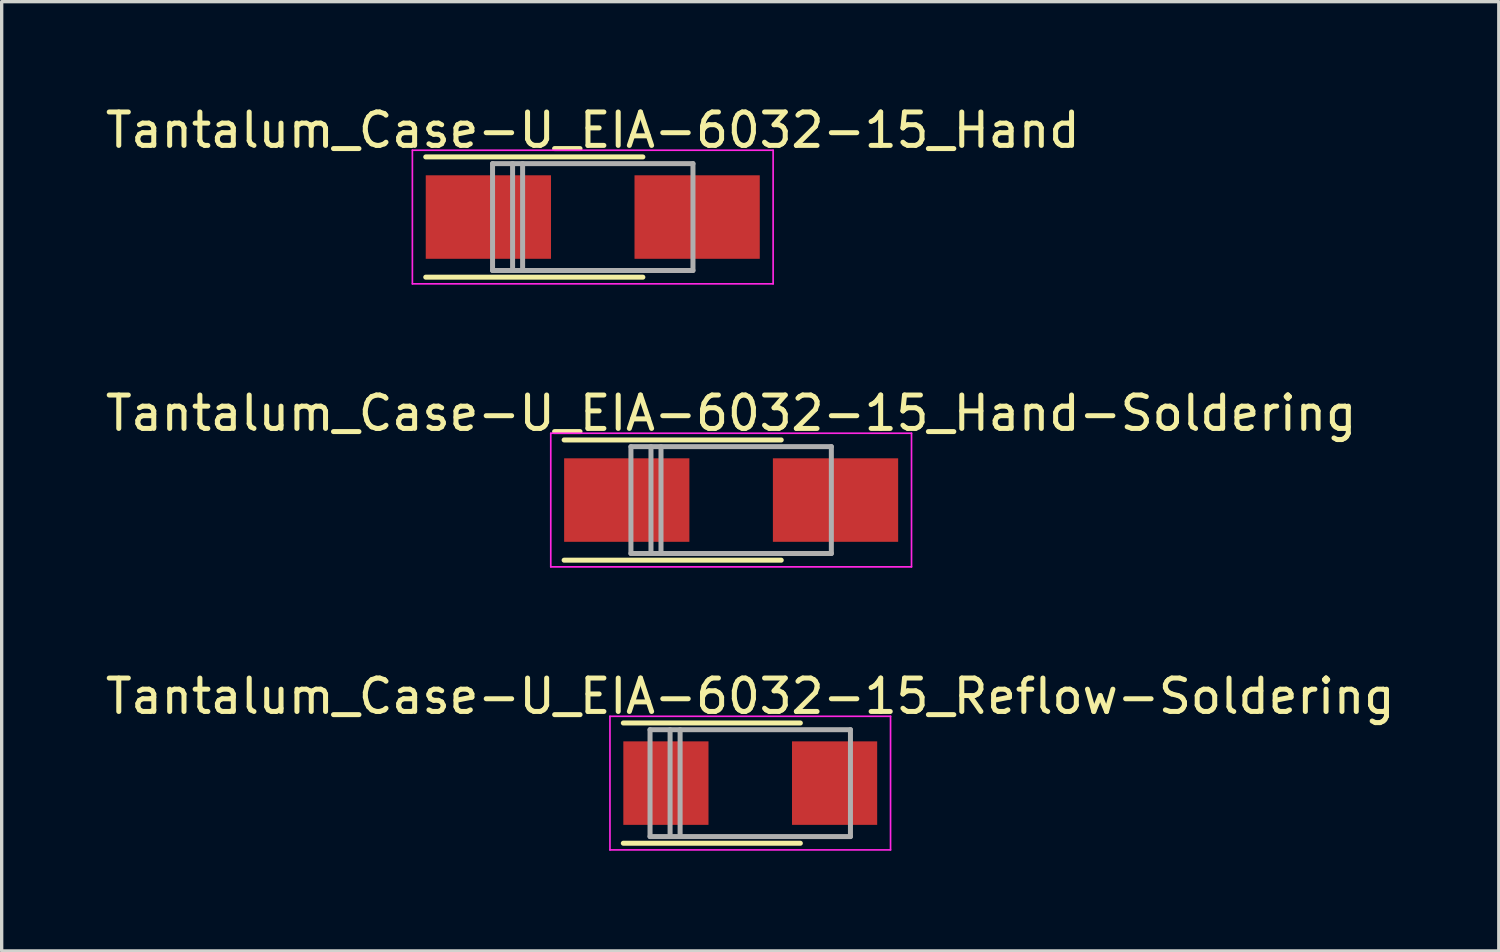
<source format=kicad_pcb>
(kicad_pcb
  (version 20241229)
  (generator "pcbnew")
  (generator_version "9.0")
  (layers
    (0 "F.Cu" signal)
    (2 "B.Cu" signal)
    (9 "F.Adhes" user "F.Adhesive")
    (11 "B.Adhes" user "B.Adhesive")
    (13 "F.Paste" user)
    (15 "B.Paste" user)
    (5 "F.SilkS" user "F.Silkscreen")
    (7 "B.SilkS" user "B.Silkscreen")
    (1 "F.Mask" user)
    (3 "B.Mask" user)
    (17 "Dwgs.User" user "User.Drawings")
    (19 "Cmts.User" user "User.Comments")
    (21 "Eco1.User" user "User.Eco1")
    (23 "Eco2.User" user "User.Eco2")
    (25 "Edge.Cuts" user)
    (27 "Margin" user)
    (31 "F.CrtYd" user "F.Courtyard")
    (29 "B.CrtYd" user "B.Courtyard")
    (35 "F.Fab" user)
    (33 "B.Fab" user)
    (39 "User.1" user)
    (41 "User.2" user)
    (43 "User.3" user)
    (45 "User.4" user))
  (footprint "Tantalum_Case-U_EIA-6032-15_Reflow-Soldering"
    (layer "F.Cu")
    (at 19.411 20.395)
    (property "Reference" "Tantalum_Case-U_EIA-6032-15_Reflow-Soldering" (at 0 -2.6 0) (layer "F.SilkS") (effects (font (size 1 1) (thickness 0.15))))
    (attr smd)
    (fp_line (start 1.5 -1.8) (end -3.8 -1.8) (stroke (width 0.15) (type solid)) (layer "F.SilkS"))
    (fp_line (start 1.5 1.8) (end -3.8 1.8) (stroke (width 0.15) (type solid)) (layer "F.SilkS"))
    (fp_line (start -4.2 -2) (end -4.2 2) (stroke (width 0.05) (type solid)) (layer "F.CrtYd"))
    (fp_line (start -4.2 2) (end 4.2 2) (stroke (width 0.05) (type solid)) (layer "F.CrtYd"))
    (fp_line (start 4.2 -2) (end -4.2 -2) (stroke (width 0.05) (type solid)) (layer "F.CrtYd"))
    (fp_line (start 4.2 2) (end 4.2 -2) (stroke (width 0.05) (type solid)) (layer "F.CrtYd"))
    (fp_line (start -3 -1.6) (end -3 1.6) (stroke (width 0.15) (type solid)) (layer "F.Fab"))
    (fp_line (start -3 1.6) (end 3 1.6) (stroke (width 0.15) (type solid)) (layer "F.Fab"))
    (fp_line (start -2.4 -1.6) (end -2.4 1.6) (stroke (width 0.15) (type solid)) (layer "F.Fab"))
    (fp_line (start -2.1 -1.6) (end -2.1 1.6) (stroke (width 0.15) (type solid)) (layer "F.Fab"))
    (fp_line (start 3 -1.6) (end -3 -1.6) (stroke (width 0.15) (type solid)) (layer "F.Fab"))
    (fp_line (start 3 1.6) (end 3 -1.6) (stroke (width 0.15) (type solid)) (layer "F.Fab"))
    (pad "1" smd rect (at -2.525 0) (size 2.55 2.5) (layers "F.Cu" "F.Mask" "F.Paste"))
    (pad "2" smd rect (at 2.525 0) (size 2.55 2.5) (layers "F.Cu" "F.Mask" "F.Paste")))
  (footprint "Tantalum_Case-U_EIA-6032-15_Hand-Soldering"
    (layer "F.Cu")
    (at 18.839 11.921)
    (property "Reference" "Tantalum_Case-U_EIA-6032-15_Hand-Soldering" (at 0 -2.6 0) (layer "F.SilkS") (effects (font (size 1 1) (thickness 0.15))))
    (attr smd)
    (fp_line (start 1.5 -1.8) (end -5 -1.8) (stroke (width 0.15) (type solid)) (layer "F.SilkS"))
    (fp_line (start 1.5 1.8) (end -5 1.8) (stroke (width 0.15) (type solid)) (layer "F.SilkS"))
    (fp_line (start -5.4 -2) (end -5.4 2) (stroke (width 0.05) (type solid)) (layer "F.CrtYd"))
    (fp_line (start -5.4 2) (end 5.4 2) (stroke (width 0.05) (type solid)) (layer "F.CrtYd"))
    (fp_line (start 5.4 -2) (end -5.4 -2) (stroke (width 0.05) (type solid)) (layer "F.CrtYd"))
    (fp_line (start 5.4 2) (end 5.4 -2) (stroke (width 0.05) (type solid)) (layer "F.CrtYd"))
    (fp_line (start -3 -1.6) (end -3 1.6) (stroke (width 0.15) (type solid)) (layer "F.Fab"))
    (fp_line (start -3 1.6) (end 3 1.6) (stroke (width 0.15) (type solid)) (layer "F.Fab"))
    (fp_line (start -2.4 -1.6) (end -2.4 1.6) (stroke (width 0.15) (type solid)) (layer "F.Fab"))
    (fp_line (start -2.1 -1.6) (end -2.1 1.6) (stroke (width 0.15) (type solid)) (layer "F.Fab"))
    (fp_line (start 3 -1.6) (end -3 -1.6) (stroke (width 0.15) (type solid)) (layer "F.Fab"))
    (fp_line (start 3 1.6) (end 3 -1.6) (stroke (width 0.15) (type solid)) (layer "F.Fab"))
    (pad "1" smd rect (at -3.125 0) (size 3.75 2.5) (layers "F.Cu" "F.Mask" "F.Paste"))
    (pad "2" smd rect (at 3.125 0) (size 3.75 2.5) (layers "F.Cu" "F.Mask" "F.Paste")))
  (footprint "Tantalum_Case-U_EIA-6032-15_Hand"
    (layer "F.Cu")
    (at 14.696 3.448)
    (property "Reference" "Tantalum_Case-U_EIA-6032-15_Hand" (at 0 -2.6 0) (layer "F.SilkS") (effects (font (size 1 1) (thickness 0.15))))
    (attr smd)
    (fp_line (start 1.5 -1.8) (end -5 -1.8) (stroke (width 0.15) (type solid)) (layer "F.SilkS"))
    (fp_line (start 1.5 1.8) (end -5 1.8) (stroke (width 0.15) (type solid)) (layer "F.SilkS"))
    (fp_line (start -5.4 -2) (end -5.4 2) (stroke (width 0.05) (type solid)) (layer "F.CrtYd"))
    (fp_line (start -5.4 2) (end 5.4 2) (stroke (width 0.05) (type solid)) (layer "F.CrtYd"))
    (fp_line (start 5.4 -2) (end -5.4 -2) (stroke (width 0.05) (type solid)) (layer "F.CrtYd"))
    (fp_line (start 5.4 2) (end 5.4 -2) (stroke (width 0.05) (type solid)) (layer "F.CrtYd"))
    (fp_line (start -3 -1.6) (end -3 1.6) (stroke (width 0.15) (type solid)) (layer "F.Fab"))
    (fp_line (start -3 1.6) (end 3 1.6) (stroke (width 0.15) (type solid)) (layer "F.Fab"))
    (fp_line (start -2.4 -1.6) (end -2.4 1.6) (stroke (width 0.15) (type solid)) (layer "F.Fab"))
    (fp_line (start -2.1 -1.6) (end -2.1 1.6) (stroke (width 0.15) (type solid)) (layer "F.Fab"))
    (fp_line (start 3 -1.6) (end -3 -1.6) (stroke (width 0.15) (type solid)) (layer "F.Fab"))
    (fp_line (start 3 1.6) (end 3 -1.6) (stroke (width 0.15) (type solid)) (layer "F.Fab"))
    (pad "1" smd rect (at -3.125 0) (size 3.75 2.5) (layers "F.Cu" "F.Mask" "F.Paste"))
    (pad "2" smd rect (at 3.125 0) (size 3.75 2.5) (layers "F.Cu" "F.Mask" "F.Paste")))
  (gr_rect
    (start -3 -3)
    (end 41.821 25.42)
    (stroke (width 0.1) (type default))
    (fill no)
    (layer "Edge.Cuts")))
</source>
